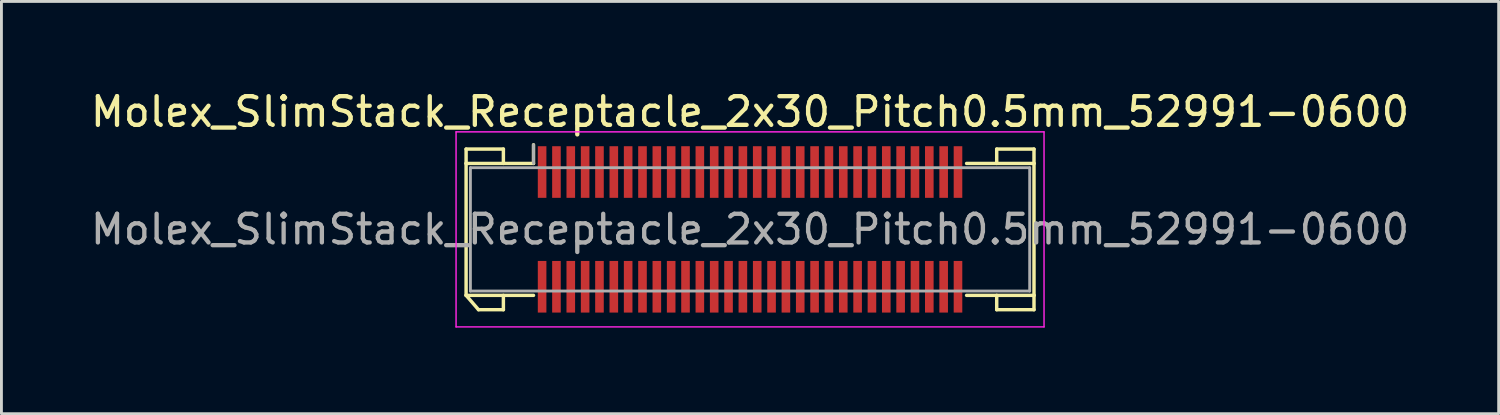
<source format=kicad_pcb>
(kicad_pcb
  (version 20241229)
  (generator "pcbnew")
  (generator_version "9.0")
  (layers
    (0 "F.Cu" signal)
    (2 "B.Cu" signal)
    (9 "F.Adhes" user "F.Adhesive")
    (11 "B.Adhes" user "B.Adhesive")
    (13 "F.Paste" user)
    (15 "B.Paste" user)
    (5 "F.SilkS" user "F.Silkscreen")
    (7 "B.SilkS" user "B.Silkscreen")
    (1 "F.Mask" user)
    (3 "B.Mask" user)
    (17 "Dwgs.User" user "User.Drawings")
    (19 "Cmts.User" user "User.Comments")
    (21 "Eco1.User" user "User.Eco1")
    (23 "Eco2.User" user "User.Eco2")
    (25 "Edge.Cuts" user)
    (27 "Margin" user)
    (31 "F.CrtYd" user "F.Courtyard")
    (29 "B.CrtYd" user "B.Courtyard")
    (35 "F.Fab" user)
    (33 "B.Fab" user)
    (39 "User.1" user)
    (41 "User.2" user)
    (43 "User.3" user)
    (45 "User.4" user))
  (footprint "Molex_SlimStack_Receptacle_2x30_Pitch0.5mm_52991-0600"
    (layer "F.Cu")
    (at 23.101 4.948)
    (property "Reference" "Molex_SlimStack_Receptacle_2x30_Pitch0.5mm_52991-0600" (at 0 -4.1 0) (layer "F.SilkS") (effects (font (size 1 1) (thickness 0.15))))
    (attr smd)
    (fp_line (start -9.9 -2.8) (end -8.6 -2.8) (stroke (width 0.12) (type solid)) (layer "F.SilkS"))
    (fp_line (start -9.9 -2.3) (end -9.9 -2.8) (stroke (width 0.12) (type solid)) (layer "F.SilkS"))
    (fp_line (start -9.9 -2.3) (end -7.55 -2.3) (stroke (width 0.12) (type solid)) (layer "F.SilkS"))
    (fp_line (start -9.9 2.3) (end -9.9 -2.3) (stroke (width 0.12) (type solid)) (layer "F.SilkS"))
    (fp_line (start -9.9 2.3) (end -9.467 2.8) (stroke (width 0.12) (type solid)) (layer "F.SilkS"))
    (fp_line (start -9.467 2.8) (end -8.6 2.8) (stroke (width 0.12) (type solid)) (layer "F.SilkS"))
    (fp_line (start -8.6 -2.8) (end -8.6 -2.3) (stroke (width 0.12) (type solid)) (layer "F.SilkS"))
    (fp_line (start -8.6 2.8) (end -8.6 2.3) (stroke (width 0.12) (type solid)) (layer "F.SilkS"))
    (fp_line (start -7.55 -2.3) (end -7.55 -2.95) (stroke (width 0.12) (type solid)) (layer "F.SilkS"))
    (fp_line (start -7.55 2.3) (end -9.9 2.3) (stroke (width 0.12) (type solid)) (layer "F.SilkS"))
    (fp_line (start 7.55 2.3) (end 9.9 2.3) (stroke (width 0.12) (type solid)) (layer "F.SilkS"))
    (fp_line (start 8.6 -2.8) (end 8.6 -2.3) (stroke (width 0.12) (type solid)) (layer "F.SilkS"))
    (fp_line (start 8.6 2.8) (end 8.6 2.3) (stroke (width 0.12) (type solid)) (layer "F.SilkS"))
    (fp_line (start 9.9 -2.8) (end 8.6 -2.8) (stroke (width 0.12) (type solid)) (layer "F.SilkS"))
    (fp_line (start 9.9 -2.3) (end 7.55 -2.3) (stroke (width 0.12) (type solid)) (layer "F.SilkS"))
    (fp_line (start 9.9 -2.3) (end 9.9 -2.8) (stroke (width 0.12) (type solid)) (layer "F.SilkS"))
    (fp_line (start 9.9 2.3) (end 9.9 -2.3) (stroke (width 0.12) (type solid)) (layer "F.SilkS"))
    (fp_line (start 9.9 2.3) (end 9.9 2.8) (stroke (width 0.12) (type solid)) (layer "F.SilkS"))
    (fp_line (start 9.9 2.8) (end 8.6 2.8) (stroke (width 0.12) (type solid)) (layer "F.SilkS"))
    (fp_line (start -10.25 -3.4) (end -10.25 3.4) (stroke (width 0.05) (type solid)) (layer "F.CrtYd"))
    (fp_line (start -10.25 3.4) (end 10.25 3.4) (stroke (width 0.05) (type solid)) (layer "F.CrtYd"))
    (fp_line (start 10.25 -3.4) (end -10.25 -3.4) (stroke (width 0.05) (type solid)) (layer "F.CrtYd"))
    (fp_line (start 10.25 3.4) (end 10.25 -3.4) (stroke (width 0.05) (type solid)) (layer "F.CrtYd"))
    (fp_line (start -9.75 -2.15) (end -9.75 2.15) (stroke (width 0.1) (type solid)) (layer "F.Fab"))
    (fp_line (start -9.75 2.15) (end 9.75 2.15) (stroke (width 0.1) (type solid)) (layer "F.Fab"))
    (fp_line (start -7.55 -2.3) (end -7.55 -2.95) (stroke (width 0.1) (type solid)) (layer "F.Fab"))
    (fp_line (start 9.75 -2.15) (end -9.75 -2.15) (stroke (width 0.1) (type solid)) (layer "F.Fab"))
    (fp_line (start 9.75 2.15) (end 9.75 -2.15) (stroke (width 0.1) (type solid)) (layer "F.Fab"))
    (fp_text user "${REFERENCE}" (at 0 0 0) (layer "F.Fab") (effects (font (size 1 1) (thickness 0.15))))
    (pad "1" smd rect (at -7.25 -2) (size 0.3 1.8) (layers "F.Cu" "F.Mask" "F.Paste"))
    (pad "2" smd rect (at -7.25 2) (size 0.3 1.8) (layers "F.Cu" "F.Mask" "F.Paste"))
    (pad "3" smd rect (at -6.75 -2) (size 0.3 1.8) (layers "F.Cu" "F.Mask" "F.Paste"))
    (pad "4" smd rect (at -6.75 2) (size 0.3 1.8) (layers "F.Cu" "F.Mask" "F.Paste"))
    (pad "5" smd rect (at -6.25 -2) (size 0.3 1.8) (layers "F.Cu" "F.Mask" "F.Paste"))
    (pad "6" smd rect (at -6.25 2) (size 0.3 1.8) (layers "F.Cu" "F.Mask" "F.Paste"))
    (pad "7" smd rect (at -5.75 -2) (size 0.3 1.8) (layers "F.Cu" "F.Mask" "F.Paste"))
    (pad "8" smd rect (at -5.75 2) (size 0.3 1.8) (layers "F.Cu" "F.Mask" "F.Paste"))
    (pad "9" smd rect (at -5.25 -2) (size 0.3 1.8) (layers "F.Cu" "F.Mask" "F.Paste"))
    (pad "10" smd rect (at -5.25 2) (size 0.3 1.8) (layers "F.Cu" "F.Mask" "F.Paste"))
    (pad "11" smd rect (at -4.75 -2) (size 0.3 1.8) (layers "F.Cu" "F.Mask" "F.Paste"))
    (pad "12" smd rect (at -4.75 2) (size 0.3 1.8) (layers "F.Cu" "F.Mask" "F.Paste"))
    (pad "13" smd rect (at -4.25 -2) (size 0.3 1.8) (layers "F.Cu" "F.Mask" "F.Paste"))
    (pad "14" smd rect (at -4.25 2) (size 0.3 1.8) (layers "F.Cu" "F.Mask" "F.Paste"))
    (pad "15" smd rect (at -3.75 -2) (size 0.3 1.8) (layers "F.Cu" "F.Mask" "F.Paste"))
    (pad "16" smd rect (at -3.75 2) (size 0.3 1.8) (layers "F.Cu" "F.Mask" "F.Paste"))
    (pad "17" smd rect (at -3.25 -2) (size 0.3 1.8) (layers "F.Cu" "F.Mask" "F.Paste"))
    (pad "18" smd rect (at -3.25 2) (size 0.3 1.8) (layers "F.Cu" "F.Mask" "F.Paste"))
    (pad "19" smd rect (at -2.75 -2) (size 0.3 1.8) (layers "F.Cu" "F.Mask" "F.Paste"))
    (pad "20" smd rect (at -2.75 2) (size 0.3 1.8) (layers "F.Cu" "F.Mask" "F.Paste"))
    (pad "21" smd rect (at -2.25 -2) (size 0.3 1.8) (layers "F.Cu" "F.Mask" "F.Paste"))
    (pad "22" smd rect (at -2.25 2) (size 0.3 1.8) (layers "F.Cu" "F.Mask" "F.Paste"))
    (pad "23" smd rect (at -1.75 -2) (size 0.3 1.8) (layers "F.Cu" "F.Mask" "F.Paste"))
    (pad "24" smd rect (at -1.75 2) (size 0.3 1.8) (layers "F.Cu" "F.Mask" "F.Paste"))
    (pad "25" smd rect (at -1.25 -2) (size 0.3 1.8) (layers "F.Cu" "F.Mask" "F.Paste"))
    (pad "26" smd rect (at -1.25 2) (size 0.3 1.8) (layers "F.Cu" "F.Mask" "F.Paste"))
    (pad "27" smd rect (at -0.75 -2) (size 0.3 1.8) (layers "F.Cu" "F.Mask" "F.Paste"))
    (pad "28" smd rect (at -0.75 2) (size 0.3 1.8) (layers "F.Cu" "F.Mask" "F.Paste"))
    (pad "29" smd rect (at -0.25 -2) (size 0.3 1.8) (layers "F.Cu" "F.Mask" "F.Paste"))
    (pad "30" smd rect (at -0.25 2) (size 0.3 1.8) (layers "F.Cu" "F.Mask" "F.Paste"))
    (pad "31" smd rect (at 0.25 -2) (size 0.3 1.8) (layers "F.Cu" "F.Mask" "F.Paste"))
    (pad "32" smd rect (at 0.25 2) (size 0.3 1.8) (layers "F.Cu" "F.Mask" "F.Paste"))
    (pad "33" smd rect (at 0.75 -2) (size 0.3 1.8) (layers "F.Cu" "F.Mask" "F.Paste"))
    (pad "34" smd rect (at 0.75 2) (size 0.3 1.8) (layers "F.Cu" "F.Mask" "F.Paste"))
    (pad "35" smd rect (at 1.25 -2) (size 0.3 1.8) (layers "F.Cu" "F.Mask" "F.Paste"))
    (pad "36" smd rect (at 1.25 2) (size 0.3 1.8) (layers "F.Cu" "F.Mask" "F.Paste"))
    (pad "37" smd rect (at 1.75 -2) (size 0.3 1.8) (layers "F.Cu" "F.Mask" "F.Paste"))
    (pad "38" smd rect (at 1.75 2) (size 0.3 1.8) (layers "F.Cu" "F.Mask" "F.Paste"))
    (pad "39" smd rect (at 2.25 -2) (size 0.3 1.8) (layers "F.Cu" "F.Mask" "F.Paste"))
    (pad "40" smd rect (at 2.25 2) (size 0.3 1.8) (layers "F.Cu" "F.Mask" "F.Paste"))
    (pad "41" smd rect (at 2.75 -2) (size 0.3 1.8) (layers "F.Cu" "F.Mask" "F.Paste"))
    (pad "42" smd rect (at 2.75 2) (size 0.3 1.8) (layers "F.Cu" "F.Mask" "F.Paste"))
    (pad "43" smd rect (at 3.25 -2) (size 0.3 1.8) (layers "F.Cu" "F.Mask" "F.Paste"))
    (pad "44" smd rect (at 3.25 2) (size 0.3 1.8) (layers "F.Cu" "F.Mask" "F.Paste"))
    (pad "45" smd rect (at 3.75 -2) (size 0.3 1.8) (layers "F.Cu" "F.Mask" "F.Paste"))
    (pad "46" smd rect (at 3.75 2) (size 0.3 1.8) (layers "F.Cu" "F.Mask" "F.Paste"))
    (pad "47" smd rect (at 4.25 -2) (size 0.3 1.8) (layers "F.Cu" "F.Mask" "F.Paste"))
    (pad "48" smd rect (at 4.25 2) (size 0.3 1.8) (layers "F.Cu" "F.Mask" "F.Paste"))
    (pad "49" smd rect (at 4.75 -2) (size 0.3 1.8) (layers "F.Cu" "F.Mask" "F.Paste"))
    (pad "50" smd rect (at 4.75 2) (size 0.3 1.8) (layers "F.Cu" "F.Mask" "F.Paste"))
    (pad "51" smd rect (at 5.25 -2) (size 0.3 1.8) (layers "F.Cu" "F.Mask" "F.Paste"))
    (pad "52" smd rect (at 5.25 2) (size 0.3 1.8) (layers "F.Cu" "F.Mask" "F.Paste"))
    (pad "53" smd rect (at 5.75 -2) (size 0.3 1.8) (layers "F.Cu" "F.Mask" "F.Paste"))
    (pad "54" smd rect (at 5.75 2) (size 0.3 1.8) (layers "F.Cu" "F.Mask" "F.Paste"))
    (pad "55" smd rect (at 6.25 -2) (size 0.3 1.8) (layers "F.Cu" "F.Mask" "F.Paste"))
    (pad "56" smd rect (at 6.25 2) (size 0.3 1.8) (layers "F.Cu" "F.Mask" "F.Paste"))
    (pad "57" smd rect (at 6.75 -2) (size 0.3 1.8) (layers "F.Cu" "F.Mask" "F.Paste"))
    (pad "58" smd rect (at 6.75 2) (size 0.3 1.8) (layers "F.Cu" "F.Mask" "F.Paste"))
    (pad "59" smd rect (at 7.25 -2) (size 0.3 1.8) (layers "F.Cu" "F.Mask" "F.Paste"))
    (pad "60" smd rect (at 7.25 2) (size 0.3 1.8) (layers "F.Cu" "F.Mask" "F.Paste")))
  (gr_rect
    (start -3 -3)
    (end 49.202 11.373)
    (stroke (width 0.1) (type default))
    (fill no)
    (layer "Edge.Cuts")))
</source>
